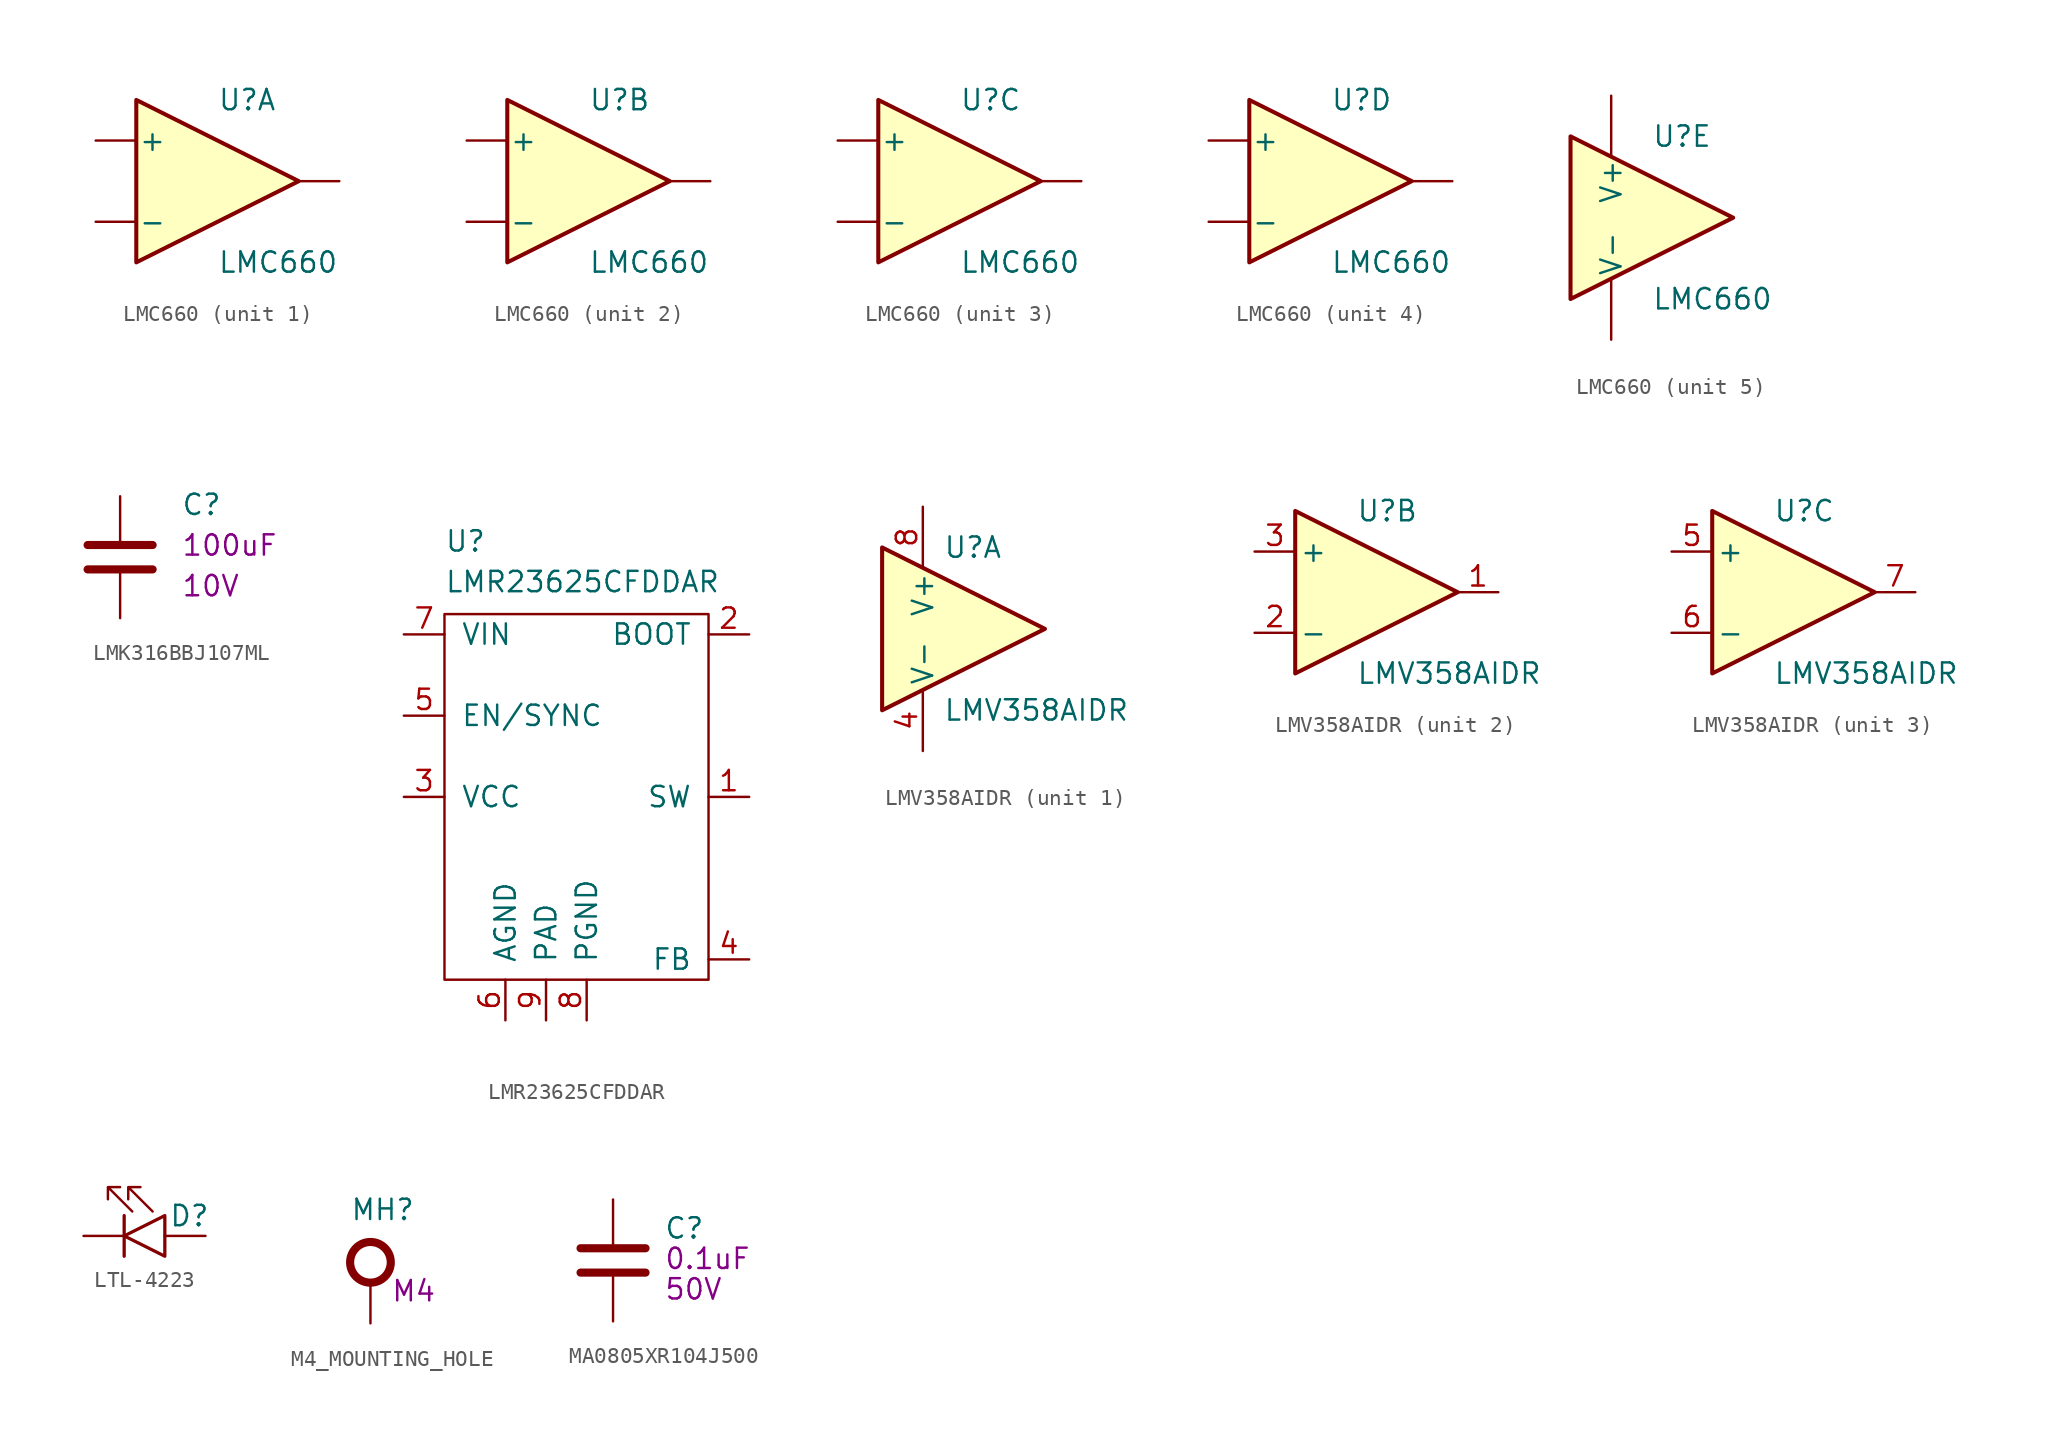
<source format=kicad_sym>
(kicad_symbol_lib
  (version 20210619)
  (generator kicad_symbol_editor)
  (symbol "custom:LMC660"
    (pin_numbers hide)
    (pin_names
      (offset 0.127))
    (property "Reference" "U"
      (at 0 5.08 0)
      (effects (font (size 1.27 1.27)) (justify left)))
    (property "Value" "LMC660"
      (at 0 -5.08 0)
      (effects (font (size 1.27 1.27)) (justify left)))
    (property "ki_locked" ""
      (at 0 0 0)
      (effects (font (size 1.27 1.27))))
    (symbol "LMC660_1_1"
      (polyline (pts (xy -5.08 5.08) (xy 5.08 0) (xy -5.08 -5.08) (xy -5.08 5.08)) (stroke (width 0.254)) (fill (type background)))
      (pin output line (at 7.62 0 180) (length 2.54) (name "~" (effects (font (size 1.27 1.27)))) (number "1" (effects (font (size 1.27 1.27)))))
      (pin input line (at -7.62 -2.54 0) (length 2.54) (name "-" (effects (font (size 1.27 1.27)))) (number "2" (effects (font (size 1.27 1.27)))))
      (pin input line (at -7.62 2.54 0) (length 2.54) (name "+" (effects (font (size 1.27 1.27)))) (number "3" (effects (font (size 1.27 1.27))))))
    (symbol "LMC660_2_1"
      (polyline (pts (xy -5.08 5.08) (xy 5.08 0) (xy -5.08 -5.08) (xy -5.08 5.08)) (stroke (width 0.254)) (fill (type background)))
      (pin input line (at -7.62 2.54 0) (length 2.54) (name "+" (effects (font (size 1.27 1.27)))) (number "5" (effects (font (size 1.27 1.27)))))
      (pin input line (at -7.62 -2.54 0) (length 2.54) (name "-" (effects (font (size 1.27 1.27)))) (number "6" (effects (font (size 1.27 1.27)))))
      (pin output line (at 7.62 0 180) (length 2.54) (name "~" (effects (font (size 1.27 1.27)))) (number "7" (effects (font (size 1.27 1.27))))))
    (symbol "LMC660_3_1"
      (polyline (pts (xy -5.08 5.08) (xy 5.08 0) (xy -5.08 -5.08) (xy -5.08 5.08)) (stroke (width 0.254)) (fill (type background)))
      (pin input line (at -7.62 2.54 0) (length 2.54) (name "+" (effects (font (size 1.27 1.27)))) (number "10" (effects (font (size 1.27 1.27)))))
      (pin output line (at 7.62 0 180) (length 2.54) (name "~" (effects (font (size 1.27 1.27)))) (number "8" (effects (font (size 1.27 1.27)))))
      (pin input line (at -7.62 -2.54 0) (length 2.54) (name "-" (effects (font (size 1.27 1.27)))) (number "9" (effects (font (size 1.27 1.27))))))
    (symbol "LMC660_4_1"
      (polyline (pts (xy -5.08 5.08) (xy 5.08 0) (xy -5.08 -5.08) (xy -5.08 5.08)) (stroke (width 0.254)) (fill (type background)))
      (pin input line (at -7.62 2.54 0) (length 2.54) (name "+" (effects (font (size 1.27 1.27)))) (number "12" (effects (font (size 1.27 1.27)))))
      (pin input line (at -7.62 -2.54 0) (length 2.54) (name "-" (effects (font (size 1.27 1.27)))) (number "13" (effects (font (size 1.27 1.27)))))
      (pin output line (at 7.62 0 180) (length 2.54) (name "~" (effects (font (size 1.27 1.27)))) (number "14" (effects (font (size 1.27 1.27))))))
    (symbol "LMC660_5_1"
      (polyline (pts (xy -5.08 5.08) (xy 5.08 0) (xy -5.08 -5.08) (xy -5.08 5.08)) (stroke (width 0.254)) (fill (type background)))
      (pin power_in line (at -2.54 -7.62 90) (length 3.81) (name "V-" (effects (font (size 1.27 1.27)))) (number "11" (effects (font (size 1.27 1.27)))))
      (pin power_in line (at -2.54 7.62 270) (length 3.81) (name "V+" (effects (font (size 1.27 1.27)))) (number "4" (effects (font (size 1.27 1.27)))))))
  (symbol "custom:LMK316BBJ107ML"
    (pin_numbers hide)
    (pin_names
      (offset 0) hide)
    (property "Reference" "C"
      (at 3.81 2.54 0)
      (effects (font (size 1.27 1.27)) (justify left bottom)))
    (property "Capacitance" "100uF"
      (at 3.81 0 0)
      (effects (font (size 1.27 1.27)) (justify left bottom)))
    (property "Rating" "10V"
      (at 3.81 -2.54 0)
      (effects (font (size 1.27 1.27)) (justify left bottom)))
    (symbol "LMK316BBJ107ML_0_1"
      (polyline (pts (xy -2.032 -0.762) (xy 2.032 -0.762)) (stroke (width 0.508)) (fill (type none)))
      (polyline (pts (xy -2.032 0.762) (xy 2.032 0.762)) (stroke (width 0.508)) (fill (type none))))
    (symbol "LMK316BBJ107ML_1_1"
      (pin passive line (at 0 3.81 270) (length 2.794) (name "~" (effects (font (size 1.27 1.27)))) (number "1" (effects (font (size 1.27 1.27)))))
      (pin passive line (at 0 -3.81 90) (length 2.794) (name "~" (effects (font (size 1.27 1.27)))) (number "2" (effects (font (size 1.27 1.27)))))))
  (symbol "custom:LMR23625CFDDAR"
    (pin_names
      (offset 1.016))
    (property "Reference" "U"
      (at -7.62 15.24 0)
      (effects (font (size 1.27 1.27)) (justify left bottom)))
    (property "Value" "LMR23625CFDDAR"
      (at -7.62 12.7 0)
      (effects (font (size 1.27 1.27)) (justify left bottom)))
    (symbol "LMR23625CFDDAR_0_1"
      (rectangle (start -7.62 11.43) (end 8.89 -11.43) (stroke (width 0)) (fill (type none))))
    (symbol "LMR23625CFDDAR_1_1"
      (pin power_out line (at 11.43 0 180) (length 2.54) (name "SW" (effects (font (size 1.27 1.27)))) (number "1" (effects (font (size 1.27 1.27)))))
      (pin passive line (at 11.43 10.16 180) (length 2.54) (name "BOOT" (effects (font (size 1.27 1.27)))) (number "2" (effects (font (size 1.27 1.27)))))
      (pin passive line (at -10.16 0 0) (length 2.54) (name "VCC" (effects (font (size 1.27 1.27)))) (number "3" (effects (font (size 1.27 1.27)))))
      (pin passive line (at 11.43 -10.16 180) (length 2.54) (name "FB" (effects (font (size 1.27 1.27)))) (number "4" (effects (font (size 1.27 1.27)))))
      (pin passive line (at -10.16 5.08 0) (length 2.54) (name "EN/SYNC" (effects (font (size 1.27 1.27)))) (number "5" (effects (font (size 1.27 1.27)))))
      (pin passive line (at -3.81 -13.97 90) (length 2.54) (name "AGND" (effects (font (size 1.27 1.27)))) (number "6" (effects (font (size 1.27 1.27)))))
      (pin power_in line (at -10.16 10.16 0) (length 2.54) (name "VIN" (effects (font (size 1.27 1.27)))) (number "7" (effects (font (size 1.27 1.27)))))
      (pin passive line (at 1.27 -13.97 90) (length 2.54) (name "PGND" (effects (font (size 1.27 1.27)))) (number "8" (effects (font (size 1.27 1.27)))))
      (pin passive line (at -1.27 -13.97 90) (length 2.54) (name "PAD" (effects (font (size 1.27 1.27)))) (number "9" (effects (font (size 1.27 1.27)))))))
  (symbol "custom:LMV358AIDR"
    (pin_names
      (offset 0.254))
    (property "Reference" "U"
      (at -1.27 5.08 0)
      (effects (font (size 1.27 1.27)) (justify left)))
    (property "Value" "LMV358AIDR"
      (at -1.27 -5.08 0)
      (effects (font (size 1.27 1.27)) (justify left)))
    (property "ki_locked" ""
      (at 0 0 0)
      (effects (font (size 1.27 1.27))))
    (symbol "LMV358AIDR_0_1"
      (polyline (pts (xy 5.08 0) (xy -5.08 5.08) (xy -5.08 -5.08) (xy 5.08 0)) (stroke (width 0.254)) (fill (type background))))
    (symbol "LMV358AIDR_1_1"
      (pin power_in line (at -2.54 -7.62 90) (length 3.81) (name "V-" (effects (font (size 1.27 1.27)))) (number "4" (effects (font (size 1.27 1.27)))))
      (pin power_in line (at -2.54 7.62 270) (length 3.81) (name "V+" (effects (font (size 1.27 1.27)))) (number "8" (effects (font (size 1.27 1.27))))))
    (symbol "LMV358AIDR_2_1"
      (pin output line (at 7.62 0 180) (length 2.54) (name "~" (effects (font (size 1.27 1.27)))) (number "1" (effects (font (size 1.27 1.27)))))
      (pin input line (at -7.62 -2.54 0) (length 2.54) (name "-" (effects (font (size 1.27 1.27)))) (number "2" (effects (font (size 1.27 1.27)))))
      (pin input line (at -7.62 2.54 0) (length 2.54) (name "+" (effects (font (size 1.27 1.27)))) (number "3" (effects (font (size 1.27 1.27))))))
    (symbol "LMV358AIDR_3_1"
      (pin input line (at -7.62 2.54 0) (length 2.54) (name "+" (effects (font (size 1.27 1.27)))) (number "5" (effects (font (size 1.27 1.27)))))
      (pin input line (at -7.62 -2.54 0) (length 2.54) (name "-" (effects (font (size 1.27 1.27)))) (number "6" (effects (font (size 1.27 1.27)))))
      (pin output line (at 7.62 0 180) (length 2.54) (name "~" (effects (font (size 1.27 1.27)))) (number "7" (effects (font (size 1.27 1.27)))))))
  (symbol "custom:LTL-4223"
    (pin_numbers hide)
    (pin_names
      (offset 1.016) hide)
    (property "Reference" "D"
      (at 1.524 0.508 0)
      (effects (font (size 1.27 1.27)) (justify left bottom)))
    (symbol "LTL-4223_0_1"
      (polyline (pts (xy -1.27 -1.27) (xy -1.27 1.27)) (stroke (width 0.203)) (fill (type none)))
      (polyline (pts (xy 1.27 -1.27) (xy 1.27 1.27) (xy -1.27 0) (xy 1.27 -1.27)) (stroke (width 0.203)) (fill (type none)))
      (polyline (pts (xy -0.762 1.524) (xy -2.286 3.048) (xy -1.524 3.048) (xy -2.286 3.048) (xy -2.286 2.286)) (stroke (width 0)) (fill (type none)))
      (polyline (pts (xy 0.508 1.524) (xy -1.016 3.048) (xy -0.254 3.048) (xy -1.016 3.048) (xy -1.016 2.286)) (stroke (width 0)) (fill (type none))))
    (symbol "LTL-4223_1_1"
      (pin passive line (at -3.81 0 0) (length 2.54) (name "K" (effects (font (size 1.27 1.27)))) (number "1" (effects (font (size 1.27 1.27)))))
      (pin passive line (at 3.81 0 180) (length 2.54) (name "A" (effects (font (size 1.27 1.27)))) (number "2" (effects (font (size 1.27 1.27)))))))
  (symbol "custom:M4_MOUNTING_HOLE"
    (pin_numbers hide)
    (pin_names
      (offset 1.016) hide)
    (property "Reference" "MH"
      (at -1.27 3.81 0)
      (effects (font (size 1.27 1.27)) (justify left bottom)))
    (property "SIZE" "M4"
      (at 1.27 -1.27 0)
      (effects (font (size 1.27 1.27)) (justify left bottom)))
    (symbol "M4_MOUNTING_HOLE_0_1"
      (circle (center 0 1.27) (radius 1.27) (stroke (width 0.508)) (fill (type none))))
    (symbol "M4_MOUNTING_HOLE_1_1"
      (pin input line (at 0 -2.54 90) (length 2.54) (name "1" (effects (font (size 1.27 1.27)))) (number "1" (effects (font (size 1.27 1.27)))))))
  (symbol "custom:MA0805XR104J500"
    (pin_numbers hide)
    (pin_names
      (offset 0) hide)
    (property "Reference" "C"
      (at 3.175 1.27 0)
      (effects (font (size 1.27 1.27)) (justify left bottom)))
    (property "Capacitance" "0.1uF"
      (at 3.175 -0.635 0)
      (effects (font (size 1.27 1.27)) (justify left bottom)))
    (property "RATING" "50V"
      (at 3.175 -2.54 0)
      (effects (font (size 1.27 1.27)) (justify left bottom)))
    (symbol "MA0805XR104J500_0_1"
      (polyline (pts (xy -2.032 -0.762) (xy 2.032 -0.762)) (stroke (width 0.508)) (fill (type none)))
      (polyline (pts (xy -2.032 0.762) (xy 2.032 0.762)) (stroke (width 0.508)) (fill (type none))))
    (symbol "MA0805XR104J500_1_1"
      (pin passive line (at 0 3.81 270) (length 2.794) (name "~" (effects (font (size 1.27 1.27)))) (number "1" (effects (font (size 1.27 1.27)))))
      (pin passive line (at 0 -3.81 90) (length 2.794) (name "~" (effects (font (size 1.27 1.27)))) (number "2" (effects (font (size 1.27 1.27))))))))
</source>
